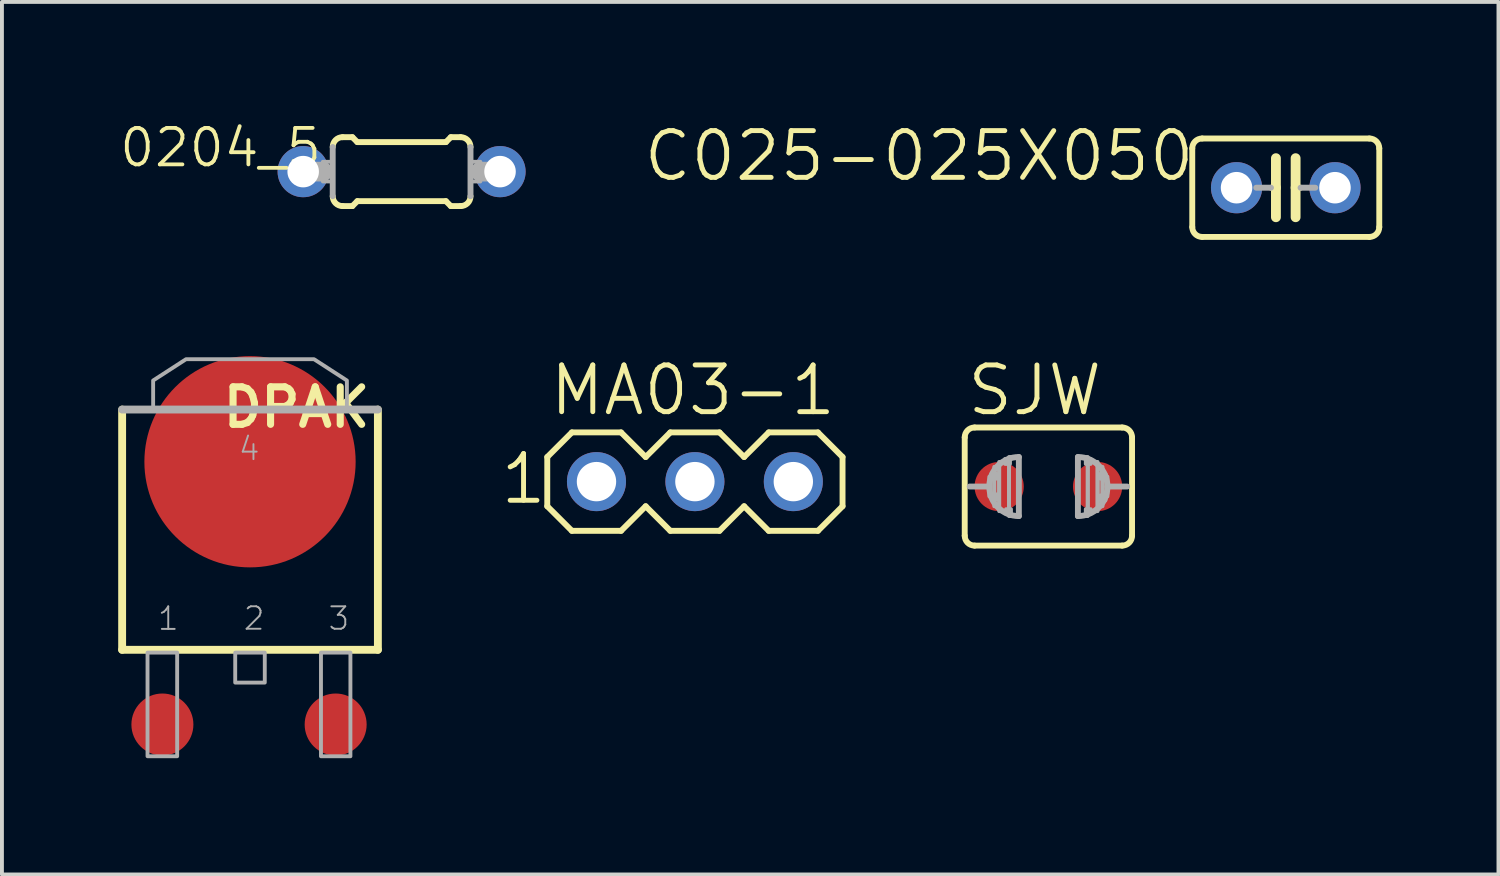
<source format=kicad_pcb>
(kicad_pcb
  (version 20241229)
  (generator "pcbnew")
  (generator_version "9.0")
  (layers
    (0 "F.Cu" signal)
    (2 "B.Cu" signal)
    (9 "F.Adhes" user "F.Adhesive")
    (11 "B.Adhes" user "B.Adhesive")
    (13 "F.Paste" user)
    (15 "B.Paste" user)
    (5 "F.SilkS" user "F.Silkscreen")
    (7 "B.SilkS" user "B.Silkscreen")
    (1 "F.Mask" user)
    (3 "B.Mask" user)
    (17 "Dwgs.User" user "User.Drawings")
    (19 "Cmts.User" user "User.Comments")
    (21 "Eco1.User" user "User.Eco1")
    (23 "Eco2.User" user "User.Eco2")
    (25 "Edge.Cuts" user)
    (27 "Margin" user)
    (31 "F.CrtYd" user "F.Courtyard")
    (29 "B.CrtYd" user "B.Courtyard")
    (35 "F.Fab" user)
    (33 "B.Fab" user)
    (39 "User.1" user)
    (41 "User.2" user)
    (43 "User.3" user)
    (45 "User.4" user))
  (footprint "0204_5"
    (layer "F.Cu")
    (at 7.314 1.379)
    (property "Reference" "0204_5" (at -2.007 -1.168 0) (layer "F.SilkS") (effects (font (size 0.941 0.941) (thickness 0.099)) (justify right top)))
    (attr through_hole)
    (fp_line (start -1.524 -0.889) (end -1.27 -0.889) (stroke (width 0.152) (type solid)) (layer "F.SilkS"))
    (fp_line (start -1.524 0.889) (end -1.27 0.889) (stroke (width 0.152) (type solid)) (layer "F.SilkS"))
    (fp_line (start -1.143 -0.762) (end -1.27 -0.889) (stroke (width 0.152) (type solid)) (layer "F.SilkS"))
    (fp_line (start -1.143 0.762) (end -1.27 0.889) (stroke (width 0.152) (type solid)) (layer "F.SilkS"))
    (fp_line (start 1.143 -0.762) (end -1.143 -0.762) (stroke (width 0.152) (type solid)) (layer "F.SilkS"))
    (fp_line (start 1.143 -0.762) (end 1.27 -0.889) (stroke (width 0.152) (type solid)) (layer "F.SilkS"))
    (fp_line (start 1.143 0.762) (end -1.143 0.762) (stroke (width 0.152) (type solid)) (layer "F.SilkS"))
    (fp_line (start 1.143 0.762) (end 1.27 0.889) (stroke (width 0.152) (type solid)) (layer "F.SilkS"))
    (fp_line (start 1.524 -0.889) (end 1.27 -0.889) (stroke (width 0.152) (type solid)) (layer "F.SilkS"))
    (fp_line (start 1.524 0.889) (end 1.27 0.889) (stroke (width 0.152) (type solid)) (layer "F.SilkS"))
    (fp_arc (start -1.778 -0.635) (mid -1.703605 -0.814605) (end -1.524 -0.889) (stroke (width 0.1524) (type solid)) (layer "F.SilkS"))
    (fp_arc (start -1.524 0.889) (mid -1.703605 0.814605) (end -1.778 0.635) (stroke (width 0.1524) (type solid)) (layer "F.SilkS"))
    (fp_arc (start 1.524 -0.889) (mid 1.703605 -0.814605) (end 1.778 -0.635) (stroke (width 0.1524) (type solid)) (layer "F.SilkS"))
    (fp_arc (start 1.778 0.635) (mid 1.703605 0.814605) (end 1.524 0.889) (stroke (width 0.1524) (type solid)) (layer "F.SilkS"))
    (fp_line (start -2.54 0) (end -2.032 0) (stroke (width 0.508) (type solid)) (layer "F.Fab"))
    (fp_line (start -1.778 0.635) (end -1.778 -0.635) (stroke (width 0.152) (type solid)) (layer "F.Fab"))
    (fp_line (start 1.778 0.635) (end 1.778 -0.635) (stroke (width 0.152) (type solid)) (layer "F.Fab"))
    (fp_line (start 2.54 0) (end 2.032 0) (stroke (width 0.508) (type solid)) (layer "F.Fab"))
    (fp_poly (pts (xy -2.032 0.254) (xy -1.778 0.254) (xy -1.778 -0.254) (xy -2.032 -0.254)) (stroke (width 0.1) (type solid)) (fill no) (layer "F.Fab"))
    (fp_poly (pts (xy 1.778 0.254) (xy 2.032 0.254) (xy 2.032 -0.254) (xy 1.778 -0.254)) (stroke (width 0.1) (type solid)) (fill no) (layer "F.Fab"))
    (pad "1" thru_hole circle (at -2.54 0) (size 1.321 1.321) (drill 0.813) (layers "*.Cu" "*.Mask"))
    (pad "2" thru_hole circle (at 2.54 0) (size 1.321 1.321) (drill 0.813) (layers "*.Cu" "*.Mask")))
  (footprint "SJW"
    (layer "F.Cu")
    (at 24.005 9.506)
    (property "Reference" "SJW" (at -2.159 -1.778 0) (layer "F.SilkS") (effects (font (size 1.206 1.206) (thickness 0.127)) (justify left bottom)))
    (attr through_hole)
    (fp_line (start -2.159 1.27) (end -2.159 -1.27) (stroke (width 0.152) (type solid)) (layer "F.SilkS"))
    (fp_line (start -1.905 -1.524) (end 1.905 -1.524) (stroke (width 0.152) (type solid)) (layer "F.SilkS"))
    (fp_line (start 1.905 1.524) (end -1.905 1.524) (stroke (width 0.152) (type solid)) (layer "F.SilkS"))
    (fp_line (start 2.159 1.27) (end 2.159 -1.27) (stroke (width 0.152) (type solid)) (layer "F.SilkS"))
    (fp_arc (start -2.159 -1.27) (mid -2.084605 -1.449605) (end -1.905 -1.524) (stroke (width 0.1524) (type solid)) (layer "F.SilkS"))
    (fp_arc (start -1.905 1.524) (mid -2.084605 1.449605) (end -2.159 1.27) (stroke (width 0.1524) (type solid)) (layer "F.SilkS"))
    (fp_arc (start 1.905 -1.524) (mid 2.084605 -1.449605) (end 2.159 -1.27) (stroke (width 0.1524) (type solid)) (layer "F.SilkS"))
    (fp_arc (start 2.159 1.27) (mid 2.084605 1.449605) (end 1.905 1.524) (stroke (width 0.1524) (type solid)) (layer "F.SilkS"))
    (fp_line (start -1.524 0) (end -2.032 0) (stroke (width 0.152) (type solid)) (layer "F.Fab"))
    (fp_line (start -0.762 -0.762) (end -0.762 0.762) (stroke (width 0.152) (type solid)) (layer "F.Fab"))
    (fp_line (start 0.762 -0.762) (end 0.762 0.762) (stroke (width 0.152) (type solid)) (layer "F.Fab"))
    (fp_line (start 1.524 0) (end 2.032 0) (stroke (width 0.152) (type solid)) (layer "F.Fab"))
    (fp_arc (start -0.762 0.762) (mid -1.524 0) (end -0.762 -0.762) (stroke (width 0.1524) (type solid)) (layer "F.Fab"))
    (fp_arc (start 0.762 -0.762) (mid 1.524 0) (end 0.762 0.762) (stroke (width 0.1524) (type solid)) (layer "F.Fab"))
    (fp_poly (pts (xy -1.524 0.254) (xy -1.397 0.254) (xy -1.397 -0.254) (xy -1.524 -0.254)) (stroke (width 0.1) (type solid)) (fill no) (layer "F.Fab"))
    (fp_poly (pts (xy -1.473 -0.203) (xy -1.346 -0.203) (xy -1.346 -0.33) (xy -1.473 -0.33)) (stroke (width 0.1) (type solid)) (fill no) (layer "F.Fab"))
    (fp_poly (pts (xy -1.448 0.33) (xy -1.321 0.33) (xy -1.321 0.203) (xy -1.448 0.203)) (stroke (width 0.1) (type solid)) (fill no) (layer "F.Fab"))
    (fp_poly (pts (xy -1.397 0.508) (xy -1.27 0.508) (xy -1.27 -0.508) (xy -1.397 -0.508)) (stroke (width 0.1) (type solid)) (fill no) (layer "F.Fab"))
    (fp_poly (pts (xy -1.27 0.635) (xy -1.016 0.635) (xy -1.016 -0.635) (xy -1.27 -0.635)) (stroke (width 0.1) (type solid)) (fill no) (layer "F.Fab"))
    (fp_poly (pts (xy -1.118 -0.584) (xy -0.991 -0.584) (xy -0.991 -0.711) (xy -1.118 -0.711)) (stroke (width 0.1) (type solid)) (fill no) (layer "F.Fab"))
    (fp_poly (pts (xy -1.092 0.711) (xy -0.965 0.711) (xy -0.965 0.584) (xy -1.092 0.584)) (stroke (width 0.1) (type solid)) (fill no) (layer "F.Fab"))
    (fp_poly (pts (xy -1.016 0.762) (xy -0.762 0.762) (xy -0.762 -0.762) (xy -1.016 -0.762)) (stroke (width 0.1) (type solid)) (fill no) (layer "F.Fab"))
    (fp_poly (pts (xy 0.762 0.762) (xy 1.016 0.762) (xy 1.016 -0.762) (xy 0.762 -0.762)) (stroke (width 0.1) (type solid)) (fill no) (layer "F.Fab"))
    (fp_poly (pts (xy 0.965 -0.584) (xy 1.092 -0.584) (xy 1.092 -0.711) (xy 0.965 -0.711)) (stroke (width 0.1) (type solid)) (fill no) (layer "F.Fab"))
    (fp_poly (pts (xy 0.965 0.711) (xy 1.092 0.711) (xy 1.092 0.584) (xy 0.965 0.584)) (stroke (width 0.1) (type solid)) (fill no) (layer "F.Fab"))
    (fp_poly (pts (xy 1.016 0.635) (xy 1.27 0.635) (xy 1.27 -0.635) (xy 1.016 -0.635)) (stroke (width 0.1) (type solid)) (fill no) (layer "F.Fab"))
    (fp_poly (pts (xy 1.27 0.508) (xy 1.397 0.508) (xy 1.397 -0.508) (xy 1.27 -0.508)) (stroke (width 0.1) (type solid)) (fill no) (layer "F.Fab"))
    (fp_poly (pts (xy 1.346 -0.203) (xy 1.473 -0.203) (xy 1.473 -0.33) (xy 1.346 -0.33)) (stroke (width 0.1) (type solid)) (fill no) (layer "F.Fab"))
    (fp_poly (pts (xy 1.346 0.356) (xy 1.473 0.356) (xy 1.473 0.229) (xy 1.346 0.229)) (stroke (width 0.1) (type solid)) (fill no) (layer "F.Fab"))
    (fp_poly (pts (xy 1.397 0.254) (xy 1.524 0.254) (xy 1.524 -0.254) (xy 1.397 -0.254)) (stroke (width 0.1) (type solid)) (fill no) (layer "F.Fab"))
    (pad "1" smd circle (at -1.27 0) (size 1.27 1.27) (layers "F.Cu" "F.Mask" "F.Paste"))
    (pad "2" smd circle (at 1.27 0) (size 1.27 1.27) (layers "F.Cu" "F.Mask" "F.Paste")))
  (footprint "DPAK"
    (layer "F.Cu")
    (at 3.402 10.719)
    (property "Reference" "DPAK" (at 3.186 -3.823 0) (layer "F.SilkS") (effects (font (size 0.968 0.968) (thickness 0.183)) (justify right top)))
    (attr through_hole)
    (fp_line (start -3.3 -3.2) (end -3.3 3) (stroke (width 0.203) (type solid)) (layer "F.SilkS"))
    (fp_line (start 3.3 3) (end -3.3 3) (stroke (width 0.203) (type solid)) (layer "F.SilkS"))
    (fp_line (start 3.3 3) (end 3.3 -3.2) (stroke (width 0.203) (type solid)) (layer "F.SilkS"))
    (fp_line (start 3.3 -3.2) (end -3.3 -3.2) (stroke (width 0.203) (type solid)) (layer "F.Fab"))
    (fp_poly (pts (xy -2.645 5.747) (xy -1.88 5.747) (xy -1.88 3.073) (xy -2.645 3.073)) (stroke (width 0.1) (type solid)) (fill no) (layer "F.Fab"))
    (fp_poly (pts (xy -0.382 3.846) (xy 0.381 3.846) (xy 0.381 3.073) (xy -0.382 3.073)) (stroke (width 0.1) (type solid)) (fill no) (layer "F.Fab"))
    (fp_poly (pts (xy 1.831 5.748) (xy 2.591 5.748) (xy 2.591 3.073) (xy 1.831 3.073)) (stroke (width 0.1) (type solid)) (fill no) (layer "F.Fab"))
    (fp_poly (pts (xy -2.5 -3.2) (xy -2.5 -3.95) (xy -1.65 -4.5) (xy 1.65 -4.5) (xy 2.5 -3.95) (xy 2.5 -3.2)) (stroke (width 0.1) (type solid)) (fill no) (layer "F.Fab"))
    (fp_text user "3" (at 1.984 2.531 0) (layer "F.Fab") (effects (font (size 0.58 0.58) (thickness 0.049)) (justify left bottom)))
    (fp_text user "2" (at -0.203 2.53 0) (layer "F.Fab") (effects (font (size 0.58 0.58) (thickness 0.049)) (justify left bottom)))
    (fp_text user "1" (at -2.419 2.534 0) (layer "F.Fab") (effects (font (size 0.581 0.581) (thickness 0.049)) (justify left bottom)))
    (fp_text user "4" (at -0.331 -1.847 0) (layer "F.Fab") (effects (font (size 0.581 0.581) (thickness 0.049)) (justify left bottom)))
    (pad "1" smd circle (at -2.261 4.928) (size 1.6 1.6) (layers "F.Cu" "F.Mask" "F.Paste"))
    (pad "3" smd circle (at 2.21 4.928) (size 1.6 1.6) (layers "F.Cu" "F.Mask" "F.Paste"))
    (pad "4" smd circle (at 0 -1.853) (size 5.452 5.452) (layers "F.Cu" "F.Mask" "F.Paste")))
  (footprint "C025-025X050"
    (layer "F.Cu")
    (at 30.131 1.794)
    (property "Reference" "C025-025X050" (at -2.286 -1.524 0) (layer "F.SilkS") (effects (font (size 1.206 1.206) (thickness 0.127)) (justify right top)))
    (attr through_hole)
    (fp_line (start -2.413 -1.016) (end -2.413 1.016) (stroke (width 0.152) (type solid)) (layer "F.SilkS"))
    (fp_line (start -2.159 -1.27) (end 2.159 -1.27) (stroke (width 0.152) (type solid)) (layer "F.SilkS"))
    (fp_line (start -0.254 -0.762) (end -0.254 0) (stroke (width 0.254) (type solid)) (layer "F.SilkS"))
    (fp_line (start -0.254 0) (end -0.381 0) (stroke (width 0.152) (type solid)) (layer "F.SilkS"))
    (fp_line (start -0.254 0) (end -0.254 0.762) (stroke (width 0.254) (type solid)) (layer "F.SilkS"))
    (fp_line (start 0.254 0) (end 0.254 -0.762) (stroke (width 0.254) (type solid)) (layer "F.SilkS"))
    (fp_line (start 0.254 0) (end 0.254 0.762) (stroke (width 0.254) (type solid)) (layer "F.SilkS"))
    (fp_line (start 0.381 0) (end 0.254 0) (stroke (width 0.152) (type solid)) (layer "F.SilkS"))
    (fp_line (start 2.159 1.27) (end -2.159 1.27) (stroke (width 0.152) (type solid)) (layer "F.SilkS"))
    (fp_line (start 2.413 -1.016) (end 2.413 1.016) (stroke (width 0.152) (type solid)) (layer "F.SilkS"))
    (fp_arc (start -2.413 -1.016) (mid -2.338605 -1.195605) (end -2.159 -1.27) (stroke (width 0.1524) (type solid)) (layer "F.SilkS"))
    (fp_arc (start -2.159 1.27) (mid -2.338605 1.195605) (end -2.413 1.016) (stroke (width 0.1524) (type solid)) (layer "F.SilkS"))
    (fp_arc (start 2.159 -1.27) (mid 2.338605 -1.195605) (end 2.413 -1.016) (stroke (width 0.1524) (type solid)) (layer "F.SilkS"))
    (fp_arc (start 2.413 1.016) (mid 2.338605 1.195605) (end 2.159 1.27) (stroke (width 0.1524) (type solid)) (layer "F.SilkS"))
    (fp_line (start -0.381 0) (end -0.762 0) (stroke (width 0.152) (type solid)) (layer "F.Fab"))
    (fp_line (start 0.762 0) (end 0.381 0) (stroke (width 0.152) (type solid)) (layer "F.Fab"))
    (pad "1" thru_hole circle (at -1.27 0) (size 1.321 1.321) (drill 0.813) (layers "*.Cu" "*.Mask"))
    (pad "2" thru_hole circle (at 1.27 0) (size 1.321 1.321) (drill 0.813) (layers "*.Cu" "*.Mask")))
  (footprint "MA03-1"
    (layer "F.Cu")
    (at 14.883 9.379)
    (property "Reference" "MA03-1" (at -3.81 -1.651 0) (layer "F.SilkS") (effects (font (size 1.206 1.206) (thickness 0.127)) (justify left bottom)))
    (attr through_hole)
    (fp_line (start -3.81 -0.635) (end -3.81 0.635) (stroke (width 0.152) (type solid)) (layer "F.SilkS"))
    (fp_line (start -3.81 0.635) (end -3.175 1.27) (stroke (width 0.152) (type solid)) (layer "F.SilkS"))
    (fp_line (start -3.175 -1.27) (end -3.81 -0.635) (stroke (width 0.152) (type solid)) (layer "F.SilkS"))
    (fp_line (start -3.175 -1.27) (end -1.905 -1.27) (stroke (width 0.152) (type solid)) (layer "F.SilkS"))
    (fp_line (start -1.905 -1.27) (end -1.27 -0.635) (stroke (width 0.152) (type solid)) (layer "F.SilkS"))
    (fp_line (start -1.905 1.27) (end -3.175 1.27) (stroke (width 0.152) (type solid)) (layer "F.SilkS"))
    (fp_line (start -1.27 -0.635) (end -0.635 -1.27) (stroke (width 0.152) (type solid)) (layer "F.SilkS"))
    (fp_line (start -1.27 0.635) (end -1.905 1.27) (stroke (width 0.152) (type solid)) (layer "F.SilkS"))
    (fp_line (start -0.635 -1.27) (end 0.635 -1.27) (stroke (width 0.152) (type solid)) (layer "F.SilkS"))
    (fp_line (start -0.635 1.27) (end -1.27 0.635) (stroke (width 0.152) (type solid)) (layer "F.SilkS"))
    (fp_line (start 0.635 -1.27) (end 1.27 -0.635) (stroke (width 0.152) (type solid)) (layer "F.SilkS"))
    (fp_line (start 0.635 1.27) (end -0.635 1.27) (stroke (width 0.152) (type solid)) (layer "F.SilkS"))
    (fp_line (start 1.27 -0.635) (end 1.905 -1.27) (stroke (width 0.152) (type solid)) (layer "F.SilkS"))
    (fp_line (start 1.27 0.635) (end 0.635 1.27) (stroke (width 0.152) (type solid)) (layer "F.SilkS"))
    (fp_line (start 1.905 -1.27) (end 3.175 -1.27) (stroke (width 0.152) (type solid)) (layer "F.SilkS"))
    (fp_line (start 1.905 1.27) (end 1.27 0.635) (stroke (width 0.152) (type solid)) (layer "F.SilkS"))
    (fp_line (start 3.175 -1.27) (end 3.81 -0.635) (stroke (width 0.152) (type solid)) (layer "F.SilkS"))
    (fp_line (start 3.175 1.27) (end 1.905 1.27) (stroke (width 0.152) (type solid)) (layer "F.SilkS"))
    (fp_line (start 3.81 -0.635) (end 3.81 0.635) (stroke (width 0.152) (type solid)) (layer "F.SilkS"))
    (fp_line (start 3.81 0.635) (end 3.175 1.27) (stroke (width 0.152) (type solid)) (layer "F.SilkS"))
    (fp_poly (pts (xy -2.794 0.254) (xy -2.286 0.254) (xy -2.286 -0.254) (xy -2.794 -0.254)) (stroke (width 0.1) (type solid)) (fill no) (layer "F.Fab"))
    (fp_poly (pts (xy -0.254 0.254) (xy 0.254 0.254) (xy 0.254 -0.254) (xy -0.254 -0.254)) (stroke (width 0.1) (type solid)) (fill no) (layer "F.Fab"))
    (fp_poly (pts (xy 2.286 0.254) (xy 2.794 0.254) (xy 2.794 -0.254) (xy 2.286 -0.254)) (stroke (width 0.1) (type solid)) (fill no) (layer "F.Fab"))
    (fp_text user "1" (at -5.08 0.635 0) (layer "F.SilkS") (effects (font (size 1.206 1.206) (thickness 0.127)) (justify left bottom)))
    (pad "1" thru_hole circle (at -2.54 0 90) (size 1.524 1.524) (drill 1.016) (layers "*.Cu" "*.Mask"))
    (pad "2" thru_hole circle (at 0 0 90) (size 1.524 1.524) (drill 1.016) (layers "*.Cu" "*.Mask"))
    (pad "3" thru_hole circle (at 2.54 0 90) (size 1.524 1.524) (drill 1.016) (layers "*.Cu" "*.Mask")))
  (gr_rect
    (start -3 -3)
    (end 35.62 19.517)
    (stroke (width 0.1) (type default))
    (fill no)
    (layer "Edge.Cuts")))
</source>
